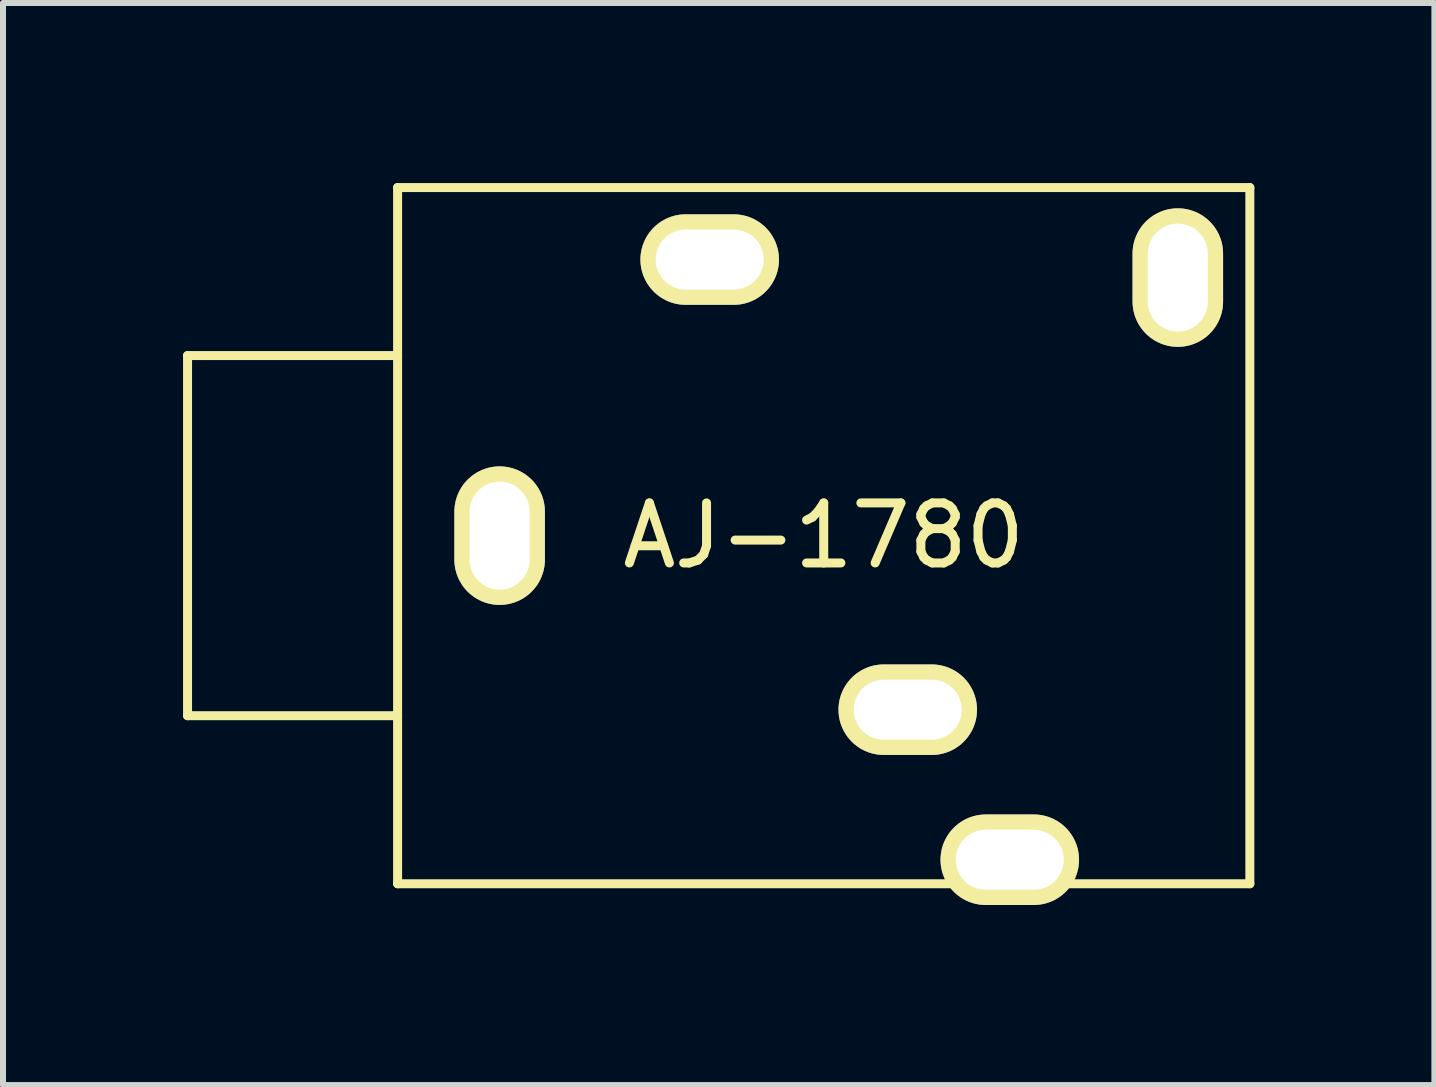
<source format=kicad_pcb>
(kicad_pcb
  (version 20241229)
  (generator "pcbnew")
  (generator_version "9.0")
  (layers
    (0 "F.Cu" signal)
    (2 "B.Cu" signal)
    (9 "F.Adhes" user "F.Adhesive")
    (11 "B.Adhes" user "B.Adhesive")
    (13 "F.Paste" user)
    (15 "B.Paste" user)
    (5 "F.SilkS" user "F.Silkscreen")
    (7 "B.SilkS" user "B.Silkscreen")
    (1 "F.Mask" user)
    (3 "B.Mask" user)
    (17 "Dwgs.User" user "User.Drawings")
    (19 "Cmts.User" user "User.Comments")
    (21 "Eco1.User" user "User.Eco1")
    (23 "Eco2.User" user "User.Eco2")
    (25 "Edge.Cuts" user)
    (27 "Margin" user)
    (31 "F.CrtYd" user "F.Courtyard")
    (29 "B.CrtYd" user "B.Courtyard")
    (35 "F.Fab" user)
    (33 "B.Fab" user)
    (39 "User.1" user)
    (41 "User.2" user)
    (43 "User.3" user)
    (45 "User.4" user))
  (footprint "AJ-1780"
    (layer "F.Cu")
    (at 10.675 5.875)
    (property "Reference" "AJ-1780" (at 0 0 0) (layer "F.SilkS") (effects (font (size 1 1) (thickness 0.15))))
    (attr through_hole)
    (fp_line (start -10.6 -3) (end -10.6 3) (stroke (width 0.15) (type solid)) (layer "F.SilkS"))
    (fp_line (start -10.6 3) (end -7.1 3) (stroke (width 0.15) (type solid)) (layer "F.SilkS"))
    (fp_line (start -7.1 -5.8) (end 7.1 -5.8) (stroke (width 0.15) (type solid)) (layer "F.SilkS"))
    (fp_line (start -7.1 -3) (end -10.6 -3) (stroke (width 0.15) (type solid)) (layer "F.SilkS"))
    (fp_line (start -7.1 5.8) (end -7.1 -5.8) (stroke (width 0.15) (type solid)) (layer "F.SilkS"))
    (fp_line (start 7.1 -5.8) (end 7.1 5.8) (stroke (width 0.15) (type solid)) (layer "F.SilkS"))
    (fp_line (start 7.1 5.8) (end -7.1 5.8) (stroke (width 0.15) (type solid)) (layer "F.SilkS"))
    (pad "1" thru_hole oval (at -5.4 0) (size 1.508 2.308) (drill oval 1 1.8) (layers "*.Cu" "*.Mask" "F.SilkS"))
    (pad "2" thru_hole oval (at 3.1 5.4) (size 2.308 1.508) (drill oval 1.8 1) (layers "*.Cu" "*.Mask" "F.SilkS"))
    (pad "3" thru_hole oval (at 1.4 2.9) (size 2.308 1.508) (drill oval 1.8 1) (layers "*.Cu" "*.Mask" "F.SilkS"))
    (pad "4" thru_hole oval (at 5.9 -4.3) (size 1.508 2.308) (drill oval 1 1.8) (layers "*.Cu" "*.Mask" "F.SilkS"))
    (pad "5" thru_hole oval (at -1.9 -4.6) (size 2.308 1.508) (drill oval 1.8 1) (layers "*.Cu" "*.Mask" "F.SilkS")))
  (gr_rect
    (start -3 -3)
    (end 20.85 15.029)
    (stroke (width 0.1) (type default))
    (fill no)
    (layer "Edge.Cuts")))
</source>
